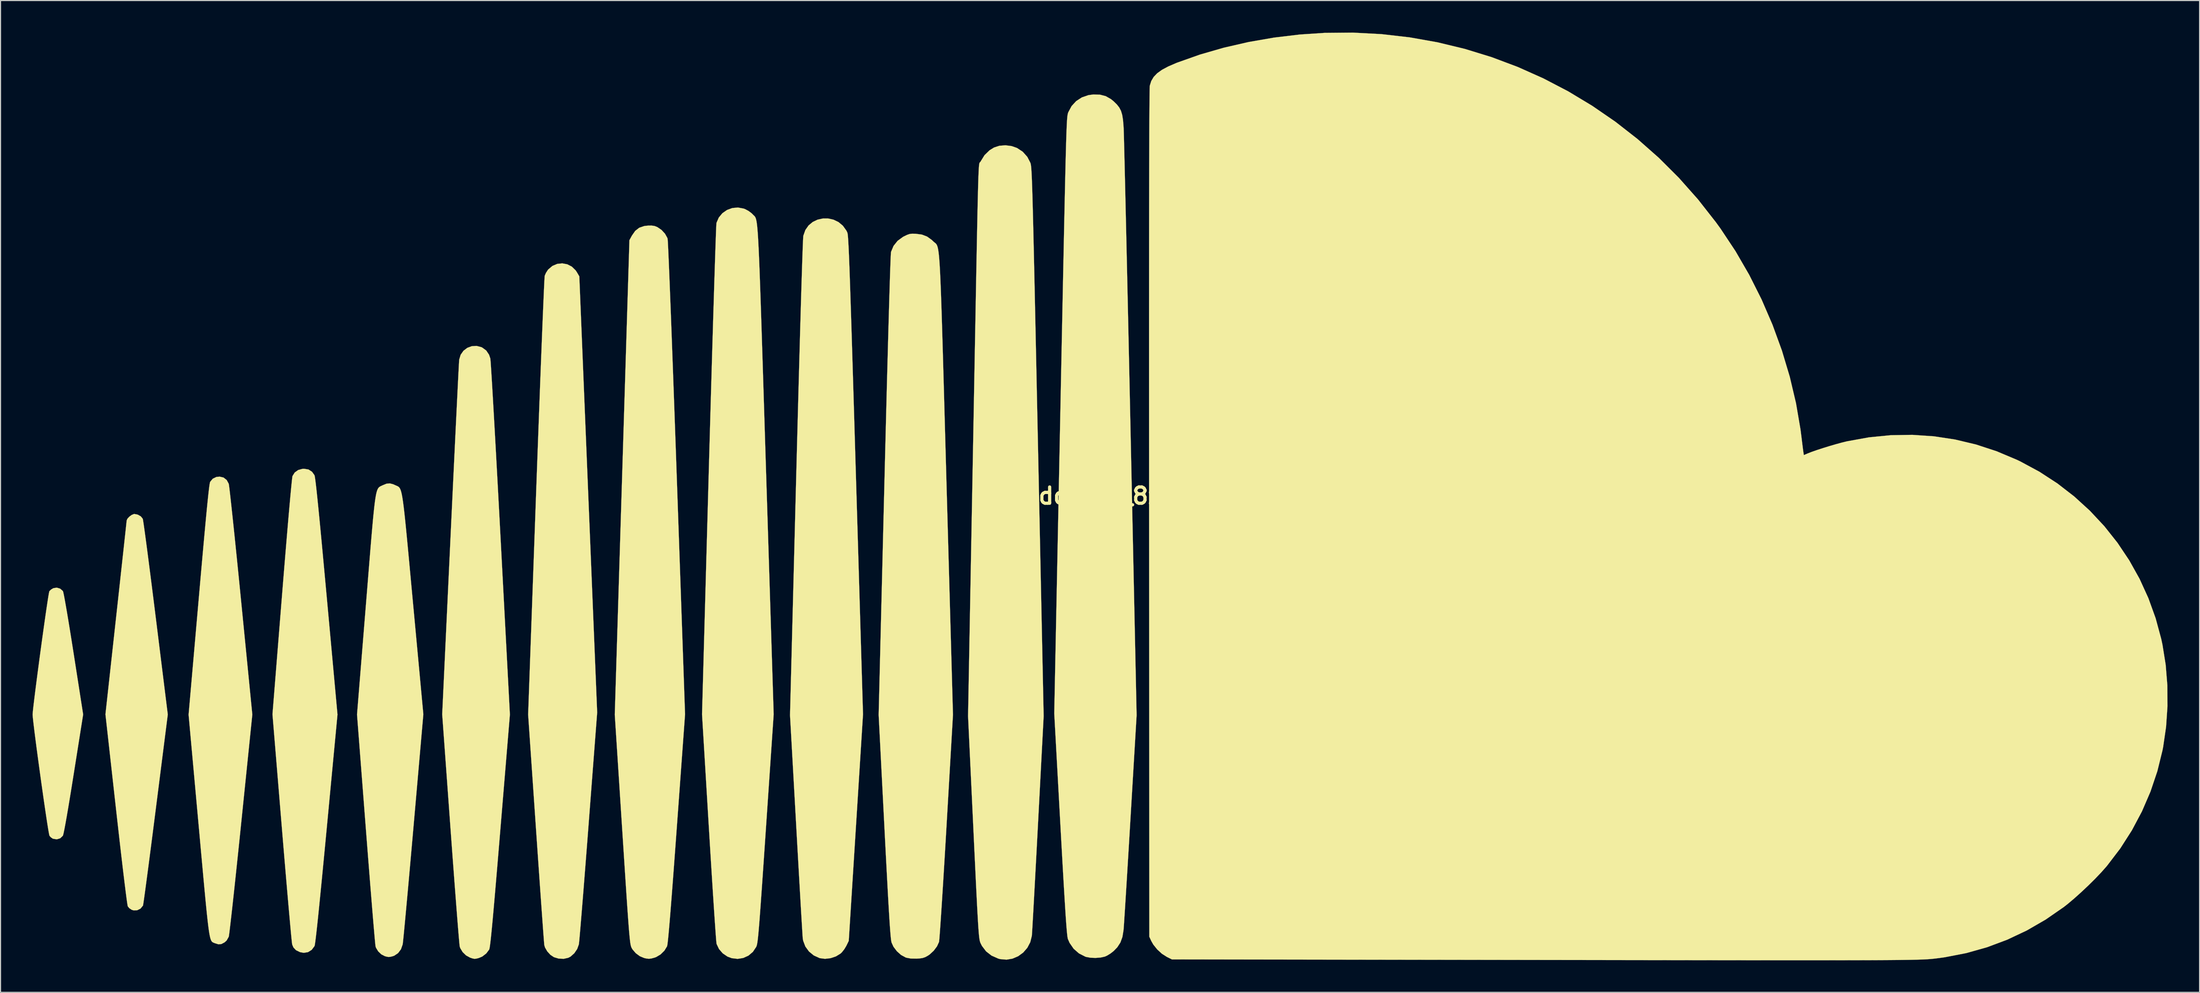
<source format=kicad_pcb>
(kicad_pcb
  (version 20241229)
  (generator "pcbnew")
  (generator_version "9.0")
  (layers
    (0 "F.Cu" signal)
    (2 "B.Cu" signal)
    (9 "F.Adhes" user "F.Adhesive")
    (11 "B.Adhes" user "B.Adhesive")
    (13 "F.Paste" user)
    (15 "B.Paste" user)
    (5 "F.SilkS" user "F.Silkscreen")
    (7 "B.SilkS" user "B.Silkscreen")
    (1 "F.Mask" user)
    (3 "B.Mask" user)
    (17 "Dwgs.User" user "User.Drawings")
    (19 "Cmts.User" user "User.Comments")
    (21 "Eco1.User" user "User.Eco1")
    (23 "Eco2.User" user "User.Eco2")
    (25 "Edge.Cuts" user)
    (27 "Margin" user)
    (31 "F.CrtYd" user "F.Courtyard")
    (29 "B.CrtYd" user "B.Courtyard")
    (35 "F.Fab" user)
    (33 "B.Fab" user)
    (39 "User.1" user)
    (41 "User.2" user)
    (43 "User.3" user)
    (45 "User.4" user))
  (footprint "soundcloud_8x20_F"
    (layer "F.Cu")
    (at 99.912 43.372)
    (property "Reference" "soundcloud_8x20_F" (at 0 0 0) (layer "F.SilkS") (effects (font (size 1.524 1.524) (thickness 0.3))))
    (attr through_hole)
    (fp_poly (pts (xy -90.063 1.757) (xy -89.779 1.921) (xy -89.6 2.143) (xy -89.577 2.254) (xy -89.535 2.521) (xy -89.475 2.935) (xy -89.399 3.483) (xy -89.308 4.154) (xy -89.204 4.938) (xy -89.089 5.822) (xy -88.963 6.797) (xy -88.828 7.85) (xy -88.686 8.971) (xy -88.538 10.148) (xy -88.386 11.37) (xy -88.381 11.408) (xy -87.257 20.465) (xy -88.385 29.346) (xy -88.539 30.555) (xy -88.688 31.718) (xy -88.83 32.824) (xy -88.965 33.861) (xy -89.09 34.819) (xy -89.205 35.685) (xy -89.307 36.45) (xy -89.395 37.102) (xy -89.468 37.63) (xy -89.524 38.022) (xy -89.562 38.268) (xy -89.579 38.355) (xy -89.809 38.635) (xy -90.117 38.789) (xy -90.459 38.801) (xy -90.636 38.747) (xy -90.852 38.603) (xy -90.999 38.43) (xy -91.024 38.317) (xy -91.067 38.044) (xy -91.125 37.621) (xy -91.198 37.057) (xy -91.285 36.362) (xy -91.385 35.545) (xy -91.496 34.614) (xy -91.617 33.579) (xy -91.748 32.45) (xy -91.886 31.235) (xy -92.032 29.943) (xy -92.1 29.337) (xy -93.092 20.447) (xy -92.101 11.43) (xy -91.967 10.211) (xy -91.838 9.038) (xy -91.716 7.923) (xy -91.602 6.876) (xy -91.496 5.909) (xy -91.4 5.033) (xy -91.316 4.259) (xy -91.244 3.597) (xy -91.186 3.059) (xy -91.143 2.657) (xy -91.116 2.4) (xy -91.106 2.301) (xy -91.106 2.301) (xy -91.032 2.133) (xy -90.857 1.945) (xy -90.639 1.785) (xy -90.431 1.698) (xy -90.384 1.693) (xy -90.063 1.757)) (stroke (width 0.01) (type solid)) (fill yes) (layer "F.SilkS"))
    (fp_poly (pts (xy -74.086 -2.47) (xy -73.755 -2.255) (xy -73.529 -1.94) (xy -73.504 -1.849) (xy -73.472 -1.655) (xy -73.431 -1.353) (xy -73.381 -0.936) (xy -73.321 -0.4) (xy -73.252 0.261) (xy -73.172 1.052) (xy -73.08 1.979) (xy -72.977 3.045) (xy -72.862 4.258) (xy -72.735 5.622) (xy -72.594 7.142) (xy -72.439 8.824) (xy -72.387 9.388) (xy -71.373 20.469) (xy -72.387 31.19) (xy -72.557 32.978) (xy -72.713 34.599) (xy -72.854 36.056) (xy -72.982 37.351) (xy -73.095 38.487) (xy -73.195 39.465) (xy -73.282 40.287) (xy -73.356 40.957) (xy -73.418 41.475) (xy -73.466 41.846) (xy -73.503 42.069) (xy -73.522 42.144) (xy -73.788 42.497) (xy -74.133 42.712) (xy -74.532 42.777) (xy -74.882 42.711) (xy -75.255 42.53) (xy -75.495 42.276) (xy -75.612 42.002) (xy -75.63 41.881) (xy -75.661 41.601) (xy -75.703 41.174) (xy -75.757 40.609) (xy -75.82 39.917) (xy -75.893 39.109) (xy -75.974 38.195) (xy -76.062 37.185) (xy -76.156 36.09) (xy -76.256 34.92) (xy -76.361 33.686) (xy -76.469 32.399) (xy -76.579 31.073) (xy -77.458 20.447) (xy -76.575 9.44) (xy -76.453 7.926) (xy -76.336 6.49) (xy -76.224 5.142) (xy -76.119 3.888) (xy -76.022 2.736) (xy -75.932 1.694) (xy -75.85 0.77) (xy -75.778 -0.028) (xy -75.715 -0.693) (xy -75.663 -1.216) (xy -75.623 -1.591) (xy -75.594 -1.81) (xy -75.583 -1.861) (xy -75.376 -2.191) (xy -75.052 -2.422) (xy -74.644 -2.533) (xy -74.506 -2.54) (xy -74.086 -2.47)) (stroke (width 0.01) (type solid)) (fill yes) (layer "F.SilkS"))
    (fp_poly (pts (xy -49.866 -21.68) (xy -49.439 -21.461) (xy -49.081 -21.112) (xy -48.967 -20.941) (xy -48.738 -20.55) (xy -47.067 20.278) (xy -47.881 30.903) (xy -47.983 32.238) (xy -48.084 33.531) (xy -48.181 34.772) (xy -48.274 35.951) (xy -48.361 37.056) (xy -48.444 38.077) (xy -48.519 39.004) (xy -48.587 39.826) (xy -48.646 40.532) (xy -48.696 41.111) (xy -48.736 41.553) (xy -48.765 41.847) (xy -48.781 41.982) (xy -48.936 42.416) (xy -49.205 42.813) (xy -49.549 43.121) (xy -49.76 43.235) (xy -50.192 43.336) (xy -50.67 43.316) (xy -51.112 43.185) (xy -51.443 42.964) (xy -51.737 42.644) (xy -51.947 42.282) (xy -52.015 42.059) (xy -52.027 41.941) (xy -52.049 41.665) (xy -52.082 41.24) (xy -52.124 40.678) (xy -52.174 39.989) (xy -52.232 39.183) (xy -52.297 38.271) (xy -52.369 37.262) (xy -52.446 36.168) (xy -52.528 34.999) (xy -52.614 33.764) (xy -52.703 32.476) (xy -52.795 31.144) (xy -52.796 31.126) (xy -53.529 20.47) (xy -52.795 0.083) (xy -52.728 -1.766) (xy -52.662 -3.573) (xy -52.597 -5.33) (xy -52.534 -7.029) (xy -52.473 -8.664) (xy -52.414 -10.225) (xy -52.357 -11.707) (xy -52.303 -13.102) (xy -52.252 -14.402) (xy -52.204 -15.6) (xy -52.16 -16.688) (xy -52.119 -17.659) (xy -52.083 -18.506) (xy -52.052 -19.221) (xy -52.025 -19.796) (xy -52.003 -20.224) (xy -51.987 -20.498) (xy -51.976 -20.61) (xy -51.976 -20.611) (xy -51.862 -20.875) (xy -51.687 -21.147) (xy -51.642 -21.202) (xy -51.251 -21.531) (xy -50.804 -21.719) (xy -50.332 -21.767) (xy -49.866 -21.68)) (stroke (width 0.01) (type solid)) (fill yes) (layer "F.SilkS"))
    (fp_poly (pts (xy -97.333 8.684) (xy -97.085 8.899) (xy -97.068 8.924) (xy -97.035 9.038) (xy -96.978 9.305) (xy -96.901 9.714) (xy -96.806 10.25) (xy -96.693 10.901) (xy -96.567 11.654) (xy -96.429 12.495) (xy -96.282 13.41) (xy -96.127 14.388) (xy -96.065 14.782) (xy -95.179 20.462) (xy -96.064 26.041) (xy -96.252 27.219) (xy -96.425 28.279) (xy -96.58 29.212) (xy -96.717 30.014) (xy -96.835 30.677) (xy -96.932 31.195) (xy -97.007 31.562) (xy -97.06 31.772) (xy -97.078 31.815) (xy -97.325 32.053) (xy -97.644 32.15) (xy -97.996 32.096) (xy -98.018 32.088) (xy -98.207 31.959) (xy -98.33 31.818) (xy -98.36 31.707) (xy -98.409 31.445) (xy -98.475 31.049) (xy -98.556 30.537) (xy -98.649 29.925) (xy -98.752 29.23) (xy -98.863 28.471) (xy -98.978 27.663) (xy -99.097 26.824) (xy -99.215 25.971) (xy -99.332 25.121) (xy -99.444 24.291) (xy -99.55 23.499) (xy -99.646 22.761) (xy -99.731 22.095) (xy -99.801 21.517) (xy -99.856 21.045) (xy -99.892 20.696) (xy -99.907 20.486) (xy -99.907 20.468) (xy -99.896 20.288) (xy -99.864 19.965) (xy -99.813 19.516) (xy -99.746 18.957) (xy -99.665 18.305) (xy -99.572 17.578) (xy -99.47 16.793) (xy -99.361 15.965) (xy -99.248 15.113) (xy -99.131 14.253) (xy -99.015 13.402) (xy -98.9 12.577) (xy -98.79 11.794) (xy -98.687 11.072) (xy -98.592 10.426) (xy -98.509 9.874) (xy -98.44 9.432) (xy -98.386 9.118) (xy -98.35 8.948) (xy -98.342 8.924) (xy -98.181 8.765) (xy -97.966 8.639) (xy -97.646 8.591) (xy -97.333 8.684)) (stroke (width 0.01) (type solid)) (fill yes) (layer "F.SilkS"))
    (fp_poly (pts (xy -82.035 -1.714) (xy -81.742 -1.484) (xy -81.553 -1.135) (xy -81.531 -1.011) (xy -81.494 -0.728) (xy -81.443 -0.298) (xy -81.379 0.269) (xy -81.303 0.963) (xy -81.216 1.774) (xy -81.119 2.69) (xy -81.013 3.701) (xy -80.901 4.797) (xy -80.781 5.968) (xy -80.657 7.202) (xy -80.528 8.49) (xy -80.396 9.821) (xy -80.395 9.833) (xy -79.345 20.47) (xy -80.394 30.703) (xy -80.528 32.009) (xy -80.66 33.271) (xy -80.787 34.48) (xy -80.908 35.625) (xy -81.022 36.695) (xy -81.129 37.68) (xy -81.226 38.568) (xy -81.314 39.349) (xy -81.39 40.013) (xy -81.453 40.548) (xy -81.502 40.945) (xy -81.537 41.191) (xy -81.552 41.272) (xy -81.75 41.624) (xy -81.949 41.801) (xy -82.245 41.954) (xy -82.526 41.976) (xy -82.857 41.873) (xy -82.861 41.871) (xy -82.937 41.84) (xy -83.006 41.812) (xy -83.068 41.778) (xy -83.125 41.729) (xy -83.177 41.656) (xy -83.227 41.55) (xy -83.275 41.404) (xy -83.322 41.207) (xy -83.37 40.952) (xy -83.42 40.63) (xy -83.473 40.231) (xy -83.53 39.747) (xy -83.593 39.169) (xy -83.662 38.489) (xy -83.739 37.697) (xy -83.825 36.786) (xy -83.922 35.745) (xy -84.029 34.567) (xy -84.15 33.243) (xy -84.284 31.763) (xy -84.363 30.9) (xy -85.31 20.482) (xy -84.367 9.712) (xy -84.221 8.048) (xy -84.088 6.546) (xy -83.968 5.2) (xy -83.86 4.001) (xy -83.763 2.945) (xy -83.677 2.023) (xy -83.601 1.23) (xy -83.534 0.557) (xy -83.476 -0.001) (xy -83.426 -0.451) (xy -83.384 -0.8) (xy -83.348 -1.055) (xy -83.318 -1.223) (xy -83.293 -1.311) (xy -83.291 -1.315) (xy -83.05 -1.607) (xy -82.708 -1.772) (xy -82.407 -1.803) (xy -82.035 -1.714)) (stroke (width 0.01) (type solid)) (fill yes) (layer "F.SilkS"))
    (fp_poly (pts (xy -41.695 -25.266) (xy -41.448 -25.169) (xy -41.429 -25.16) (xy -41.041 -24.894) (xy -40.718 -24.542) (xy -40.504 -24.159) (xy -40.475 -24.069) (xy -40.464 -23.955) (xy -40.447 -23.678) (xy -40.425 -23.244) (xy -40.398 -22.659) (xy -40.366 -21.93) (xy -40.33 -21.062) (xy -40.289 -20.062) (xy -40.245 -18.935) (xy -40.196 -17.689) (xy -40.144 -16.329) (xy -40.089 -14.86) (xy -40.031 -13.291) (xy -39.969 -11.625) (xy -39.906 -9.871) (xy -39.839 -8.033) (xy -39.771 -6.118) (xy -39.7 -4.132) (xy -39.628 -2.082) (xy -39.613 -1.651) (xy -38.841 20.447) (xy -39.622 31.157) (xy -39.749 32.891) (xy -39.865 34.459) (xy -39.97 35.868) (xy -40.066 37.122) (xy -40.152 38.225) (xy -40.228 39.182) (xy -40.296 39.998) (xy -40.355 40.676) (xy -40.405 41.222) (xy -40.448 41.641) (xy -40.483 41.936) (xy -40.512 42.113) (xy -40.525 42.164) (xy -40.774 42.573) (xy -41.133 42.926) (xy -41.551 43.175) (xy -41.691 43.225) (xy -41.993 43.306) (xy -42.218 43.334) (xy -42.445 43.311) (xy -42.662 43.264) (xy -43.071 43.095) (xy -43.457 42.809) (xy -43.763 42.452) (xy -43.833 42.33) (xy -43.863 42.269) (xy -43.89 42.2) (xy -43.915 42.113) (xy -43.941 41.999) (xy -43.966 41.849) (xy -43.992 41.654) (xy -44.02 41.405) (xy -44.05 41.094) (xy -44.084 40.711) (xy -44.121 40.247) (xy -44.162 39.694) (xy -44.209 39.041) (xy -44.262 38.282) (xy -44.321 37.406) (xy -44.387 36.404) (xy -44.462 35.268) (xy -44.545 33.988) (xy -44.638 32.556) (xy -44.725 31.213) (xy -45.42 20.479) (xy -44.049 -23.94) (xy -43.814 -24.37) (xy -43.507 -24.809) (xy -43.134 -25.101) (xy -42.668 -25.261) (xy -42.336 -25.301) (xy -41.968 -25.306) (xy -41.695 -25.266)) (stroke (width 0.01) (type solid)) (fill yes) (layer "F.SilkS"))
    (fp_poly (pts (xy -24.945 -25.857) (xy -24.479 -25.632) (xy -24.07 -25.292) (xy -23.741 -24.836) (xy -23.653 -24.656) (xy -23.638 -24.608) (xy -23.624 -24.527) (xy -23.608 -24.408) (xy -23.593 -24.244) (xy -23.577 -24.03) (xy -23.56 -23.76) (xy -23.542 -23.427) (xy -23.522 -23.028) (xy -23.501 -22.554) (xy -23.479 -22.001) (xy -23.454 -21.362) (xy -23.428 -20.632) (xy -23.399 -19.804) (xy -23.368 -18.874) (xy -23.334 -17.835) (xy -23.297 -16.681) (xy -23.256 -15.406) (xy -23.213 -14.004) (xy -23.166 -12.471) (xy -23.115 -10.799) (xy -23.06 -8.982) (xy -23.001 -7.016) (xy -22.938 -4.894) (xy -22.87 -2.61) (xy -22.85 -1.947) (xy -22.184 20.447) (xy -22.852 31.053) (xy -23.519 41.658) (xy -23.745 42.121) (xy -23.928 42.428) (xy -24.15 42.712) (xy -24.284 42.842) (xy -24.714 43.107) (xy -25.22 43.277) (xy -25.743 43.338) (xy -26.224 43.277) (xy -26.247 43.27) (xy -26.79 43.023) (xy -27.242 42.653) (xy -27.582 42.185) (xy -27.786 41.646) (xy -27.825 41.419) (xy -27.835 41.284) (xy -27.854 40.992) (xy -27.881 40.552) (xy -27.916 39.975) (xy -27.958 39.273) (xy -28.006 38.456) (xy -28.059 37.534) (xy -28.118 36.519) (xy -28.181 35.422) (xy -28.247 34.253) (xy -28.317 33.023) (xy -28.389 31.743) (xy -28.443 30.776) (xy -29.017 20.532) (xy -28.441 -1.693) (xy -28.38 -4.01) (xy -28.322 -6.225) (xy -28.266 -8.332) (xy -28.212 -10.329) (xy -28.16 -12.21) (xy -28.111 -13.973) (xy -28.065 -15.612) (xy -28.021 -17.124) (xy -27.981 -18.505) (xy -27.943 -19.75) (xy -27.908 -20.856) (xy -27.877 -21.818) (xy -27.849 -22.633) (xy -27.825 -23.296) (xy -27.804 -23.803) (xy -27.787 -24.15) (xy -27.774 -24.334) (xy -27.77 -24.357) (xy -27.582 -24.888) (xy -27.282 -25.317) (xy -26.893 -25.641) (xy -26.442 -25.858) (xy -25.95 -25.968) (xy -25.443 -25.968) (xy -24.945 -25.857)) (stroke (width 0.01) (type solid)) (fill yes) (layer "F.SilkS"))
    (fp_poly (pts (xy -57.899 -13.92) (xy -57.831 -13.887) (xy -57.449 -13.607) (xy -57.186 -13.213) (xy -57.067 -12.86) (xy -57.054 -12.739) (xy -57.032 -12.457) (xy -57.003 -12.023) (xy -56.966 -11.445) (xy -56.922 -10.731) (xy -56.872 -9.89) (xy -56.816 -8.929) (xy -56.755 -7.858) (xy -56.688 -6.685) (xy -56.617 -5.418) (xy -56.542 -4.065) (xy -56.464 -2.636) (xy -56.382 -1.137) (xy -56.298 0.422) (xy -56.211 2.034) (xy -56.123 3.689) (xy -56.107 3.991) (xy -55.236 20.469) (xy -56.137 31.338) (xy -56.275 32.988) (xy -56.399 34.476) (xy -56.512 35.81) (xy -56.613 36.998) (xy -56.704 38.046) (xy -56.785 38.962) (xy -56.856 39.753) (xy -56.92 40.427) (xy -56.975 40.991) (xy -57.023 41.453) (xy -57.065 41.819) (xy -57.101 42.098) (xy -57.132 42.296) (xy -57.158 42.421) (xy -57.176 42.471) (xy -57.446 42.832) (xy -57.818 43.12) (xy -58.147 43.261) (xy -58.389 43.323) (xy -58.561 43.337) (xy -58.742 43.299) (xy -58.97 43.222) (xy -59.341 43.017) (xy -59.662 42.703) (xy -59.883 42.335) (xy -59.931 42.192) (xy -59.948 42.068) (xy -59.975 41.786) (xy -60.013 41.356) (xy -60.061 40.788) (xy -60.117 40.093) (xy -60.182 39.282) (xy -60.253 38.364) (xy -60.331 37.35) (xy -60.415 36.252) (xy -60.503 35.078) (xy -60.596 33.84) (xy -60.691 32.548) (xy -60.789 31.212) (xy -60.793 31.157) (xy -61.572 20.447) (xy -60.8 4.022) (xy -60.722 2.362) (xy -60.645 0.745) (xy -60.571 -0.821) (xy -60.499 -2.327) (xy -60.43 -3.767) (xy -60.365 -5.13) (xy -60.303 -6.409) (xy -60.245 -7.596) (xy -60.192 -8.681) (xy -60.144 -9.657) (xy -60.102 -10.516) (xy -60.065 -11.248) (xy -60.034 -11.846) (xy -60.01 -12.301) (xy -59.992 -12.605) (xy -59.983 -12.75) (xy -59.982 -12.757) (xy -59.845 -13.212) (xy -59.583 -13.584) (xy -59.227 -13.857) (xy -58.807 -14.014) (xy -58.354 -14.041) (xy -57.899 -13.92)) (stroke (width 0.01) (type solid)) (fill yes) (layer "F.SilkS"))
    (fp_poly (pts (xy -66.152 -1.085) (xy -65.985 -1.01) (xy -65.886 -0.966) (xy -65.797 -0.929) (xy -65.717 -0.89) (xy -65.645 -0.84) (xy -65.579 -0.772) (xy -65.518 -0.675) (xy -65.461 -0.542) (xy -65.406 -0.363) (xy -65.352 -0.129) (xy -65.298 0.168) (xy -65.242 0.536) (xy -65.183 0.986) (xy -65.12 1.525) (xy -65.051 2.162) (xy -64.975 2.907) (xy -64.891 3.767) (xy -64.797 4.752) (xy -64.692 5.871) (xy -64.575 7.131) (xy -64.444 8.543) (xy -64.299 10.098) (xy -63.337 20.447) (xy -64.26 30.988) (xy -64.377 32.317) (xy -64.491 33.604) (xy -64.601 34.84) (xy -64.706 36.013) (xy -64.805 37.113) (xy -64.898 38.129) (xy -64.983 39.051) (xy -65.059 39.867) (xy -65.125 40.567) (xy -65.18 41.14) (xy -65.224 41.576) (xy -65.255 41.864) (xy -65.272 41.989) (xy -65.43 42.44) (xy -65.7 42.801) (xy -66.058 43.043) (xy -66.206 43.096) (xy -66.44 43.154) (xy -66.61 43.165) (xy -66.807 43.126) (xy -66.945 43.087) (xy -67.273 42.917) (xy -67.566 42.636) (xy -67.77 42.3) (xy -67.809 42.181) (xy -67.826 42.058) (xy -67.854 41.778) (xy -67.894 41.349) (xy -67.943 40.783) (xy -68.003 40.089) (xy -68.071 39.279) (xy -68.146 38.363) (xy -68.228 37.351) (xy -68.317 36.254) (xy -68.41 35.082) (xy -68.508 33.845) (xy -68.609 32.554) (xy -68.713 31.219) (xy -68.717 31.168) (xy -69.545 20.469) (xy -68.714 10.213) (xy -68.586 8.637) (xy -68.472 7.22) (xy -68.369 5.955) (xy -68.277 4.832) (xy -68.194 3.843) (xy -68.119 2.978) (xy -68.052 2.229) (xy -67.989 1.588) (xy -67.931 1.044) (xy -67.877 0.591) (xy -67.824 0.218) (xy -67.772 -0.083) (xy -67.719 -0.321) (xy -67.665 -0.504) (xy -67.607 -0.641) (xy -67.545 -0.742) (xy -67.478 -0.815) (xy -67.404 -0.868) (xy -67.323 -0.912) (xy -67.232 -0.953) (xy -67.144 -0.995) (xy -66.785 -1.142) (xy -66.478 -1.171) (xy -66.152 -1.085)) (stroke (width 0.01) (type solid)) (fill yes) (layer "F.SilkS"))
    (fp_poly (pts (xy -33.36 -26.897) (xy -33.207 -26.839) (xy -32.902 -26.674) (xy -32.622 -26.468) (xy -32.511 -26.36) (xy -32.459 -26.305) (xy -32.411 -26.26) (xy -32.367 -26.219) (xy -32.325 -26.174) (xy -32.287 -26.122) (xy -32.251 -26.055) (xy -32.217 -25.967) (xy -32.185 -25.854) (xy -32.154 -25.707) (xy -32.125 -25.523) (xy -32.097 -25.294) (xy -32.07 -25.014) (xy -32.042 -24.679) (xy -32.015 -24.281) (xy -31.988 -23.814) (xy -31.96 -23.274) (xy -31.931 -22.653) (xy -31.901 -21.946) (xy -31.869 -21.146) (xy -31.836 -20.249) (xy -31.8 -19.247) (xy -31.762 -18.135) (xy -31.721 -16.907) (xy -31.677 -15.557) (xy -31.63 -14.078) (xy -31.578 -12.466) (xy -31.523 -10.713) (xy -31.464 -8.814) (xy -31.4 -6.764) (xy -31.331 -4.555) (xy -31.266 -2.498) (xy -30.546 20.447) (xy -31.273 31.147) (xy -31.38 32.72) (xy -31.476 34.132) (xy -31.563 35.393) (xy -31.64 36.512) (xy -31.71 37.497) (xy -31.771 38.358) (xy -31.826 39.103) (xy -31.874 39.742) (xy -31.918 40.283) (xy -31.956 40.736) (xy -31.99 41.108) (xy -32.022 41.409) (xy -32.05 41.648) (xy -32.077 41.834) (xy -32.103 41.976) (xy -32.129 42.082) (xy -32.155 42.161) (xy -32.179 42.217) (xy -32.493 42.687) (xy -32.908 43.037) (xy -33.395 43.258) (xy -33.926 43.342) (xy -34.472 43.277) (xy -34.874 43.126) (xy -35.316 42.824) (xy -35.664 42.422) (xy -35.882 41.963) (xy -35.895 41.918) (xy -35.91 41.797) (xy -35.934 41.517) (xy -35.967 41.088) (xy -36.008 40.523) (xy -36.056 39.83) (xy -36.111 39.021) (xy -36.171 38.106) (xy -36.237 37.095) (xy -36.307 35.999) (xy -36.38 34.829) (xy -36.457 33.595) (xy -36.536 32.307) (xy -36.614 31.03) (xy -37.252 20.447) (xy -36.618 -2.404) (xy -36.563 -4.363) (xy -36.509 -6.28) (xy -36.456 -8.147) (xy -36.404 -9.957) (xy -36.353 -11.704) (xy -36.304 -13.38) (xy -36.256 -14.979) (xy -36.211 -16.493) (xy -36.167 -17.916) (xy -36.126 -19.24) (xy -36.088 -20.458) (xy -36.052 -21.564) (xy -36.02 -22.55) (xy -35.991 -23.409) (xy -35.965 -24.134) (xy -35.943 -24.719) (xy -35.925 -25.156) (xy -35.911 -25.438) (xy -35.901 -25.559) (xy -35.9 -25.561) (xy -35.684 -26.058) (xy -35.346 -26.464) (xy -34.916 -26.764) (xy -34.422 -26.946) (xy -33.894 -26.995) (xy -33.36 -26.897)) (stroke (width 0.01) (type solid)) (fill yes) (layer "F.SilkS"))
    (fp_poly (pts (xy -17.253 -24.538) (xy -17.23 -24.536) (xy -16.659 -24.457) (xy -16.185 -24.274) (xy -15.754 -23.963) (xy -15.613 -23.83) (xy -15.548 -23.77) (xy -15.488 -23.722) (xy -15.433 -23.678) (xy -15.381 -23.634) (xy -15.334 -23.582) (xy -15.29 -23.517) (xy -15.249 -23.432) (xy -15.21 -23.321) (xy -15.175 -23.179) (xy -15.141 -22.998) (xy -15.109 -22.774) (xy -15.078 -22.499) (xy -15.049 -22.168) (xy -15.02 -21.774) (xy -14.992 -21.312) (xy -14.964 -20.775) (xy -14.936 -20.156) (xy -14.907 -19.451) (xy -14.877 -18.652) (xy -14.846 -17.754) (xy -14.813 -16.751) (xy -14.779 -15.636) (xy -14.742 -14.402) (xy -14.702 -13.045) (xy -14.66 -11.558) (xy -14.614 -9.935) (xy -14.565 -8.169) (xy -14.512 -6.255) (xy -14.454 -4.185) (xy -14.392 -1.956) (xy -14.368 -1.081) (xy -13.764 20.487) (xy -14.372 30.966) (xy -14.449 32.289) (xy -14.525 33.568) (xy -14.599 34.794) (xy -14.67 35.955) (xy -14.738 37.042) (xy -14.801 38.043) (xy -14.86 38.947) (xy -14.913 39.745) (xy -14.96 40.426) (xy -15 40.978) (xy -15.032 41.392) (xy -15.057 41.658) (xy -15.071 41.76) (xy -15.258 42.169) (xy -15.563 42.576) (xy -15.943 42.927) (xy -16.114 43.044) (xy -16.364 43.181) (xy -16.607 43.262) (xy -16.907 43.305) (xy -17.169 43.32) (xy -17.701 43.312) (xy -18.114 43.236) (xy -18.199 43.208) (xy -18.622 42.978) (xy -19.015 42.628) (xy -19.332 42.21) (xy -19.512 41.816) (xy -19.535 41.715) (xy -19.56 41.554) (xy -19.586 41.325) (xy -19.614 41.02) (xy -19.645 40.631) (xy -19.68 40.151) (xy -19.718 39.571) (xy -19.76 38.883) (xy -19.807 38.08) (xy -19.859 37.152) (xy -19.916 36.093) (xy -19.98 34.895) (xy -20.051 33.548) (xy -20.129 32.046) (xy -20.186 30.929) (xy -20.721 20.498) (xy -20.187 -1.003) (xy -20.129 -3.326) (xy -20.073 -5.537) (xy -20.02 -7.632) (xy -19.969 -9.61) (xy -19.92 -11.464) (xy -19.873 -13.193) (xy -19.83 -14.792) (xy -19.789 -16.257) (xy -19.751 -17.586) (xy -19.716 -18.774) (xy -19.684 -19.818) (xy -19.655 -20.713) (xy -19.629 -21.458) (xy -19.607 -22.047) (xy -19.588 -22.477) (xy -19.573 -22.745) (xy -19.562 -22.844) (xy -19.327 -23.403) (xy -18.95 -23.875) (xy -18.445 -24.245) (xy -18.373 -24.284) (xy -18.062 -24.435) (xy -17.822 -24.517) (xy -17.578 -24.546) (xy -17.253 -24.538)) (stroke (width 0.01) (type solid)) (fill yes) (layer "F.SilkS"))
    (fp_poly (pts (xy 0.005 -37.558) (xy 0.54 -37.417) (xy 1.025 -37.141) (xy 1.272 -36.939) (xy 1.573 -36.646) (xy 1.798 -36.359) (xy 1.962 -36.045) (xy 2.075 -35.67) (xy 2.15 -35.203) (xy 2.2 -34.608) (xy 2.211 -34.417) (xy 2.218 -34.232) (xy 2.229 -33.884) (xy 2.242 -33.38) (xy 2.259 -32.728) (xy 2.279 -31.933) (xy 2.302 -31.003) (xy 2.327 -29.944) (xy 2.355 -28.763) (xy 2.385 -27.467) (xy 2.417 -26.063) (xy 2.452 -24.557) (xy 2.488 -22.956) (xy 2.526 -21.268) (xy 2.565 -19.498) (xy 2.606 -17.653) (xy 2.648 -15.741) (xy 2.691 -13.768) (xy 2.735 -11.741) (xy 2.78 -9.666) (xy 2.825 -7.551) (xy 2.852 -6.308) (xy 3.425 20.532) (xy 2.849 30.226) (xy 2.772 31.508) (xy 2.698 32.753) (xy 2.625 33.949) (xy 2.556 35.085) (xy 2.491 36.15) (xy 2.43 37.131) (xy 2.375 38.016) (xy 2.326 38.795) (xy 2.283 39.455) (xy 2.249 39.986) (xy 2.222 40.374) (xy 2.204 40.609) (xy 2.2 40.652) (xy 2.096 41.289) (xy 1.907 41.81) (xy 1.614 42.26) (xy 1.274 42.61) (xy 0.983 42.837) (xy 0.668 43.031) (xy 0.45 43.13) (xy 0.051 43.218) (xy -0.422 43.253) (xy -0.896 43.235) (xy -1.298 43.161) (xy -1.375 43.137) (xy -1.975 42.829) (xy -2.472 42.393) (xy -2.85 41.846) (xy -3.007 41.487) (xy -3.03 41.395) (xy -3.055 41.238) (xy -3.081 41.009) (xy -3.111 40.701) (xy -3.144 40.304) (xy -3.181 39.811) (xy -3.222 39.216) (xy -3.267 38.509) (xy -3.318 37.683) (xy -3.375 36.731) (xy -3.439 35.644) (xy -3.509 34.415) (xy -3.586 33.036) (xy -3.672 31.499) (xy -3.714 30.734) (xy -4.285 20.362) (xy -3.721 -7.535) (xy -3.669 -10.113) (xy -3.62 -12.527) (xy -3.574 -14.783) (xy -3.531 -16.886) (xy -3.491 -18.842) (xy -3.454 -20.655) (xy -3.419 -22.333) (xy -3.387 -23.879) (xy -3.357 -25.3) (xy -3.329 -26.6) (xy -3.303 -27.787) (xy -3.279 -28.864) (xy -3.257 -29.838) (xy -3.236 -30.713) (xy -3.217 -31.496) (xy -3.198 -32.192) (xy -3.181 -32.806) (xy -3.165 -33.344) (xy -3.15 -33.811) (xy -3.135 -34.213) (xy -3.121 -34.556) (xy -3.107 -34.844) (xy -3.094 -35.083) (xy -3.081 -35.279) (xy -3.067 -35.437) (xy -3.053 -35.563) (xy -3.039 -35.662) (xy -3.025 -35.739) (xy -3.01 -35.801) (xy -2.994 -35.852) (xy -2.977 -35.898) (xy -2.97 -35.917) (xy -2.663 -36.49) (xy -2.234 -36.957) (xy -1.702 -37.303) (xy -1.086 -37.516) (xy -0.62 -37.578) (xy 0.005 -37.558)) (stroke (width 0.01) (type solid)) (fill yes) (layer "F.SilkS"))
    (fp_poly (pts (xy -8.276 -32.748) (xy -7.77 -32.57) (xy -7.232 -32.214) (xy -6.807 -31.738) (xy -6.522 -31.188) (xy -6.506 -31.14) (xy -6.491 -31.083) (xy -6.476 -31.009) (xy -6.461 -30.915) (xy -6.447 -30.793) (xy -6.434 -30.639) (xy -6.42 -30.446) (xy -6.406 -30.209) (xy -6.392 -29.922) (xy -6.377 -29.579) (xy -6.362 -29.176) (xy -6.346 -28.705) (xy -6.329 -28.161) (xy -6.312 -27.54) (xy -6.292 -26.834) (xy -6.272 -26.038) (xy -6.25 -25.147) (xy -6.227 -24.155) (xy -6.201 -23.056) (xy -6.174 -21.845) (xy -6.144 -20.515) (xy -6.112 -19.061) (xy -6.078 -17.478) (xy -6.041 -15.759) (xy -6.002 -13.899) (xy -5.959 -11.892) (xy -5.914 -9.733) (xy -5.865 -7.415) (xy -5.815 -5.062) (xy -5.276 20.616) (xy -5.805 30.692) (xy -5.874 31.991) (xy -5.94 33.249) (xy -6.005 34.454) (xy -6.066 35.595) (xy -6.124 36.662) (xy -6.177 37.643) (xy -6.226 38.528) (xy -6.269 39.305) (xy -6.307 39.963) (xy -6.337 40.492) (xy -6.361 40.881) (xy -6.377 41.119) (xy -6.382 41.185) (xy -6.528 41.779) (xy -6.805 42.306) (xy -7.19 42.749) (xy -7.66 43.092) (xy -8.191 43.32) (xy -8.76 43.416) (xy -9.342 43.365) (xy -9.525 43.316) (xy -10.155 43.037) (xy -10.666 42.639) (xy -11.056 42.125) (xy -11.184 41.87) (xy -11.212 41.802) (xy -11.238 41.724) (xy -11.262 41.627) (xy -11.285 41.501) (xy -11.308 41.337) (xy -11.331 41.126) (xy -11.355 40.86) (xy -11.38 40.528) (xy -11.408 40.122) (xy -11.437 39.632) (xy -11.47 39.05) (xy -11.507 38.366) (xy -11.547 37.571) (xy -11.593 36.656) (xy -11.644 35.612) (xy -11.7 34.429) (xy -11.764 33.099) (xy -11.834 31.612) (xy -11.861 31.033) (xy -12.353 20.616) (xy -11.896 -3.979) (xy -11.849 -6.52) (xy -11.805 -8.896) (xy -11.764 -11.114) (xy -11.726 -13.179) (xy -11.69 -15.097) (xy -11.657 -16.873) (xy -11.627 -18.513) (xy -11.599 -20.022) (xy -11.573 -21.405) (xy -11.548 -22.669) (xy -11.526 -23.818) (xy -11.505 -24.858) (xy -11.486 -25.795) (xy -11.468 -26.634) (xy -11.452 -27.381) (xy -11.436 -28.041) (xy -11.421 -28.619) (xy -11.408 -29.121) (xy -11.394 -29.553) (xy -11.382 -29.92) (xy -11.369 -30.227) (xy -11.357 -30.481) (xy -11.345 -30.686) (xy -11.333 -30.848) (xy -11.32 -30.972) (xy -11.307 -31.065) (xy -11.294 -31.131) (xy -11.28 -31.176) (xy -11.265 -31.205) (xy -11.249 -31.224) (xy -11.231 -31.239) (xy -11.213 -31.255) (xy -11.193 -31.277) (xy -11.172 -31.311) (xy -11.161 -31.332) (xy -10.814 -31.893) (xy -10.343 -32.352) (xy -9.917 -32.615) (xy -9.416 -32.777) (xy -8.851 -32.821) (xy -8.276 -32.748)) (stroke (width 0.01) (type solid)) (fill yes) (layer "F.SilkS"))
    (fp_poly (pts (xy 26.348 -43.227) (xy 28.986 -42.924) (xy 31.586 -42.462) (xy 34.143 -41.845) (xy 36.651 -41.074) (xy 39.103 -40.153) (xy 41.493 -39.085) (xy 43.815 -37.874) (xy 46.062 -36.521) (xy 48.23 -35.031) (xy 50.31 -33.407) (xy 52.298 -31.651) (xy 54.186 -29.766) (xy 55.969 -27.756) (xy 57.641 -25.623) (xy 58.081 -25.016) (xy 59.483 -22.904) (xy 60.765 -20.69) (xy 61.92 -18.391) (xy 62.942 -16.024) (xy 63.824 -13.605) (xy 64.559 -11.152) (xy 65.142 -8.681) (xy 65.565 -6.209) (xy 65.655 -5.503) (xy 65.709 -5.057) (xy 65.76 -4.648) (xy 65.802 -4.319) (xy 65.831 -4.11) (xy 65.834 -4.089) (xy 65.877 -3.819) (xy 66.238 -3.974) (xy 66.61 -4.119) (xy 67.103 -4.291) (xy 67.677 -4.478) (xy 68.289 -4.667) (xy 68.897 -4.844) (xy 69.459 -4.997) (xy 69.932 -5.112) (xy 69.935 -5.112) (xy 71.973 -5.481) (xy 74.007 -5.681) (xy 76.03 -5.714) (xy 78.037 -5.58) (xy 80.022 -5.279) (xy 81.981 -4.813) (xy 83.908 -4.183) (xy 85.797 -3.387) (xy 86.148 -3.219) (xy 87.927 -2.259) (xy 89.608 -1.165) (xy 91.185 0.055) (xy 92.652 1.393) (xy 94.004 2.84) (xy 95.233 4.39) (xy 96.333 6.034) (xy 97.299 7.763) (xy 98.124 9.571) (xy 98.802 11.448) (xy 99.327 13.387) (xy 99.444 13.934) (xy 99.744 15.808) (xy 99.9 17.736) (xy 99.912 19.685) (xy 99.781 21.619) (xy 99.507 23.504) (xy 99.444 23.826) (xy 98.963 25.776) (xy 98.322 27.681) (xy 97.526 29.528) (xy 96.581 31.307) (xy 95.494 33.005) (xy 94.269 34.609) (xy 94.19 34.704) (xy 93.711 35.245) (xy 93.133 35.85) (xy 92.493 36.483) (xy 91.827 37.11) (xy 91.172 37.697) (xy 90.564 38.209) (xy 90.209 38.487) (xy 88.511 39.662) (xy 86.745 40.682) (xy 84.914 41.546) (xy 83.022 42.254) (xy 81.072 42.803) (xy 79.069 43.191) (xy 78.232 43.304) (xy 78.098 43.319) (xy 77.963 43.334) (xy 77.823 43.348) (xy 77.673 43.361) (xy 77.508 43.373) (xy 77.322 43.384) (xy 77.112 43.395) (xy 76.872 43.405) (xy 76.597 43.414) (xy 76.283 43.422) (xy 75.924 43.43) (xy 75.516 43.437) (xy 75.055 43.443) (xy 74.534 43.449) (xy 73.949 43.454) (xy 73.296 43.458) (xy 72.569 43.462) (xy 71.763 43.465) (xy 70.875 43.467) (xy 69.898 43.469) (xy 68.828 43.471) (xy 67.661 43.472) (xy 66.39 43.472) (xy 65.012 43.472) (xy 63.522 43.472) (xy 61.914 43.471) (xy 60.184 43.469) (xy 58.327 43.467) (xy 56.338 43.465) (xy 54.212 43.462) (xy 51.945 43.459) (xy 49.531 43.456) (xy 46.965 43.452) (xy 44.244 43.448) (xy 41.361 43.444) (xy 39.285 43.441) (xy 6.731 43.392) (xy 6.255 43.158) (xy 5.792 42.862) (xy 5.351 42.458) (xy 4.984 42) (xy 4.799 41.674) (xy 4.614 41.275) (xy 4.592 1.651) (xy 4.59 -1.782) (xy 4.589 -5.047) (xy 4.588 -8.146) (xy 4.587 -11.082) (xy 4.587 -13.857) (xy 4.587 -16.471) (xy 4.588 -18.928) (xy 4.589 -21.229) (xy 4.59 -23.376) (xy 4.592 -25.371) (xy 4.594 -27.216) (xy 4.597 -28.913) (xy 4.6 -30.464) (xy 4.604 -31.87) (xy 4.608 -33.134) (xy 4.612 -34.257) (xy 4.617 -35.242) (xy 4.622 -36.09) (xy 4.628 -36.803) (xy 4.634 -37.384) (xy 4.64 -37.834) (xy 4.647 -38.155) (xy 4.655 -38.349) (xy 4.66 -38.411) (xy 4.794 -38.838) (xy 5.019 -39.218) (xy 5.349 -39.563) (xy 5.799 -39.887) (xy 6.387 -40.201) (xy 7.125 -40.52) (xy 7.213 -40.555) (xy 9.348 -41.311) (xy 11.59 -41.958) (xy 13.913 -42.49) (xy 16.291 -42.903) (xy 18.696 -43.19) (xy 20.986 -43.343) (xy 23.68 -43.367) (xy 26.348 -43.227)) (stroke (width 0.01) (type solid)) (fill yes) (layer "F.SilkS")))
  (gr_rect
    (start -3 -3)
    (end 202.829 89.849)
    (stroke (width 0.1) (type default))
    (fill no)
    (layer "Edge.Cuts")))
</source>
